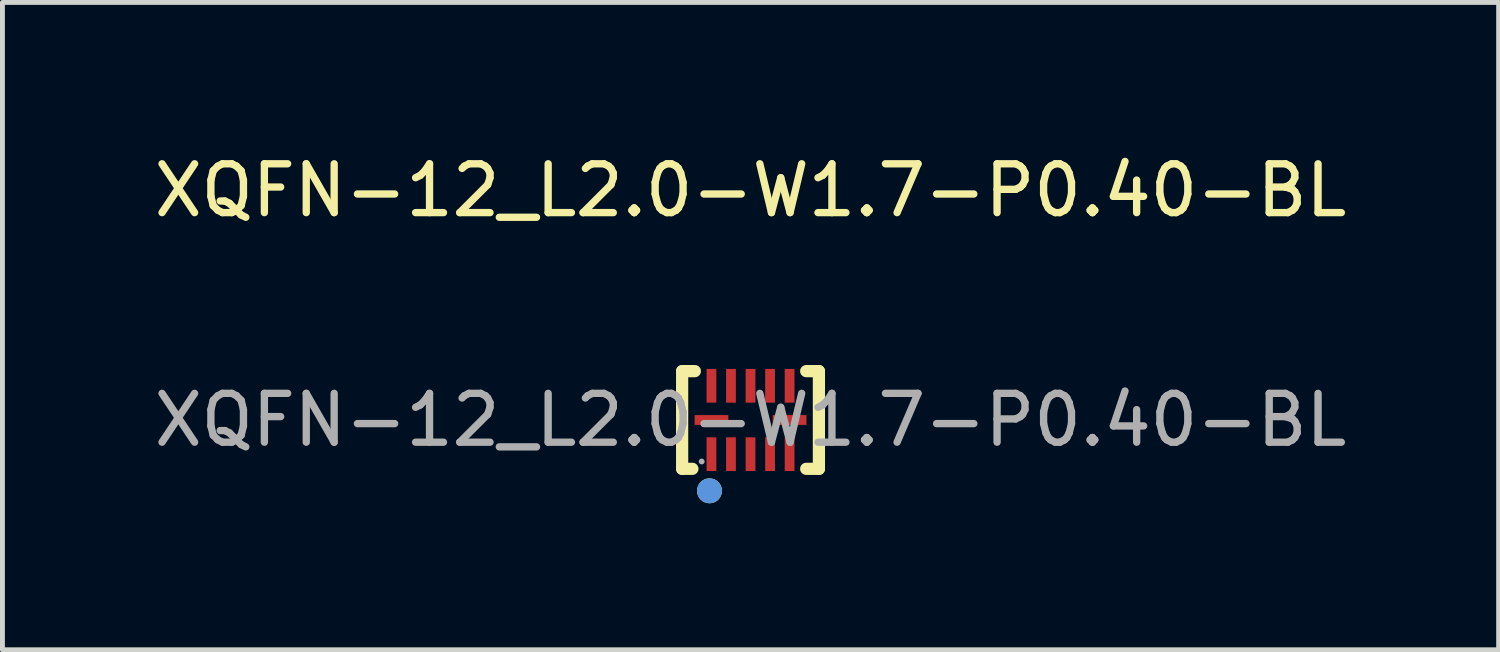
<source format=kicad_pcb>
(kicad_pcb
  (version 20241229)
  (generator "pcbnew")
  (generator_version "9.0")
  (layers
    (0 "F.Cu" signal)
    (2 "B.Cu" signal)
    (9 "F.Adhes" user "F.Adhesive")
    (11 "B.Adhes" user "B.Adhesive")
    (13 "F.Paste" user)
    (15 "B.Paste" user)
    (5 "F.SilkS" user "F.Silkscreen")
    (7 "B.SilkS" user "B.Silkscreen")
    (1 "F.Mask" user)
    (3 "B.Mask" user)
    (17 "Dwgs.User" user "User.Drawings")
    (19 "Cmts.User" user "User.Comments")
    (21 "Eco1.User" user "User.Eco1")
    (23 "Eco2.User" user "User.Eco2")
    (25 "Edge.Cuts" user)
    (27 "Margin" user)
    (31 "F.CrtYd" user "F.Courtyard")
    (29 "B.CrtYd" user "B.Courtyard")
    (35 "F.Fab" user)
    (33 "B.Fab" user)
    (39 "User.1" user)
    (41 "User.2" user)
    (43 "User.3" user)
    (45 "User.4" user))
  (footprint "XQFN-12_L2.0-W1.7-P0.40-BL"
    (layer "F.Cu")
    (at 12.315 5.548)
    (property "Reference" "XQFN-12_L2.0-W1.7-P0.40-BL" (at 0 -4.7 0) (layer "F.SilkS") (effects (font (size 1 1) (thickness 0.15))))
    (attr smd)
    (fp_line (start -1.4 -1) (end -1.4 1) (stroke (width 0.25) (type solid)) (layer "F.SilkS"))
    (fp_line (start -1.4 -1) (end -1.14 -1) (stroke (width 0.25) (type solid)) (layer "F.SilkS"))
    (fp_line (start -1.19 1) (end -1.4 1) (stroke (width 0.25) (type solid)) (layer "F.SilkS"))
    (fp_line (start 1.14 -1) (end 1.4 -1) (stroke (width 0.25) (type solid)) (layer "F.SilkS"))
    (fp_line (start 1.4 -1) (end 1.4 1) (stroke (width 0.25) (type solid)) (layer "F.SilkS"))
    (fp_line (start 1.4 1) (end 1.14 1) (stroke (width 0.25) (type solid)) (layer "F.SilkS"))
    (fp_circle (center -0.84 1.45) (end -0.71 1.45) (stroke (width 0.25) (type solid)) (fill no) (layer "F.SilkS"))
    (fp_circle (center -0.84 1.45) (end -0.71 1.45) (stroke (width 0.25) (type solid)) (fill no) (layer "Cmts.User"))
    (fp_circle (center -1 0.85) (end -0.97 0.85) (stroke (width 0.06) (type solid)) (fill no) (layer "F.Fab"))
    (fp_text user "${REFERENCE}" (at 0 0 0) (layer "F.Fab") (effects (font (size 1 1) (thickness 0.15))))
    (pad "1" smd rect (at -0.8 0.7 90) (size 0.69 0.2) (layers "F.Cu" "F.Mask" "F.Paste"))
    (pad "2" smd rect (at -0.4 0.7 90) (size 0.69 0.2) (layers "F.Cu" "F.Mask" "F.Paste"))
    (pad "3" smd rect (at 0 0.7 90) (size 0.69 0.2) (layers "F.Cu" "F.Mask" "F.Paste"))
    (pad "4" smd rect (at 0.4 0.7 270) (size 0.69 0.2) (layers "F.Cu" "F.Mask" "F.Paste"))
    (pad "5" smd rect (at 0.8 0.7 270) (size 0.69 0.2) (layers "F.Cu" "F.Mask" "F.Paste"))
    (pad "6" smd rect (at 0.8 0) (size 0.69 0.2) (layers "F.Cu" "F.Mask" "F.Paste"))
    (pad "7" smd rect (at 0.8 -0.7 270) (size 0.69 0.2) (layers "F.Cu" "F.Mask" "F.Paste"))
    (pad "8" smd rect (at 0.4 -0.7 270) (size 0.69 0.2) (layers "F.Cu" "F.Mask" "F.Paste"))
    (pad "9" smd rect (at 0 -0.7 270) (size 0.69 0.2) (layers "F.Cu" "F.Mask" "F.Paste"))
    (pad "10" smd rect (at -0.4 -0.7 270) (size 0.69 0.2) (layers "F.Cu" "F.Mask" "F.Paste"))
    (pad "11" smd rect (at -0.8 -0.7 270) (size 0.69 0.2) (layers "F.Cu" "F.Mask" "F.Paste"))
    (pad "12" smd rect (at -0.8 0) (size 0.69 0.2) (layers "F.Cu" "F.Mask" "F.Paste")))
  (gr_rect
    (start -3 -3)
    (end 27.631 10.253)
    (stroke (width 0.1) (type default))
    (fill no)
    (layer "Edge.Cuts")))
</source>
